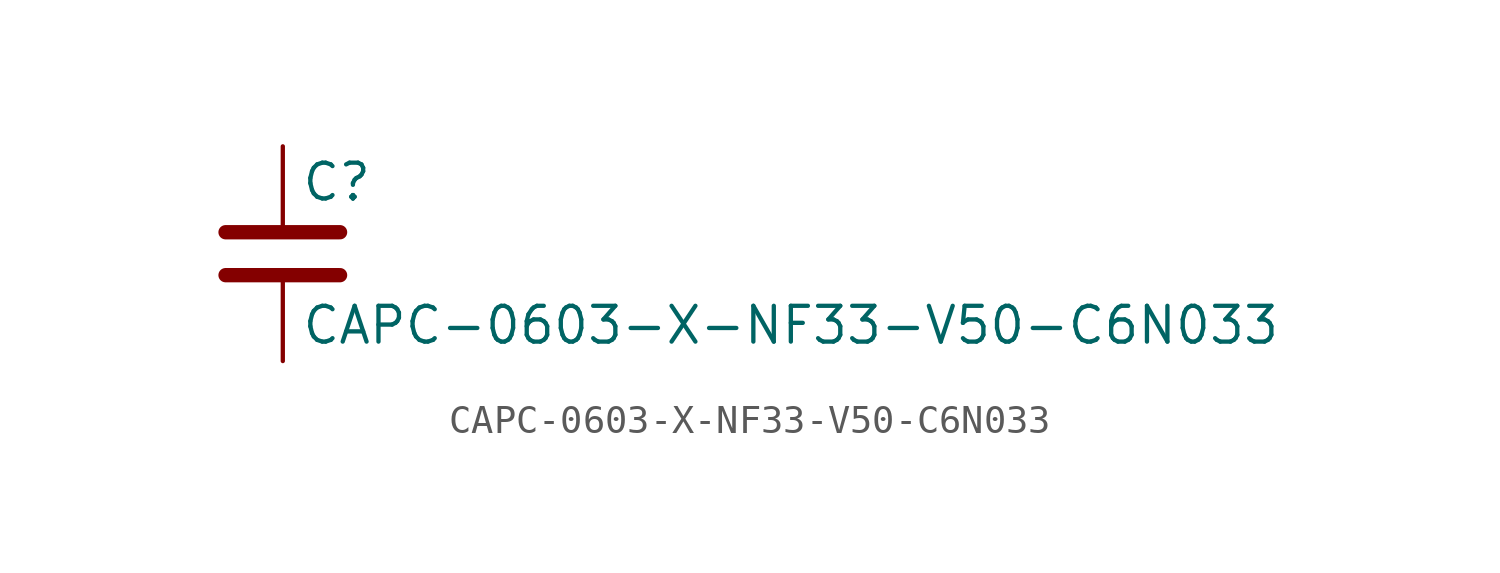
<source format=kicad_sym>
(kicad_symbol_lib
  (version 20211014)
  (generator kicad_symbol_editor)
  (symbol "CAPC-0603-X-NF33-V50-C6N033"
    (pin_numbers hide)
    (pin_names
      (offset 0.254))
    (property "Reference" "C"
      (at 0.635 2.54 0)
      (effects (font (size 1.27 1.27)) (justify left)))
    (property "Value" "CAPC-0603-X-NF33-V50-C6N033"
      (at 0.635 -2.54 0)
      (effects (font (size 1.27 1.27)) (justify left)))
    (symbol "CAPC-0603-X-NF33-V50-C6N033_0_1"
      (polyline (pts (xy -2.032 -0.762) (xy 2.032 -0.762)) (stroke (width 0.508) (type default) (color 0 0 0 0)) (fill (type none)))
      (polyline (pts (xy -2.032 0.762) (xy 2.032 0.762)) (stroke (width 0.508) (type default) (color 0 0 0 0)) (fill (type none))))
    (symbol "CAPC-0603-X-NF33-V50-C6N033_1_1"
      (pin passive line (at 0 3.81 270) (length 2.794) (name "~" (effects (font (size 1.27 1.27)))) (number "1" (effects (font (size 1.27 1.27)))))
      (pin passive line (at 0 -3.81 90) (length 2.794) (name "~" (effects (font (size 1.27 1.27)))) (number "2" (effects (font (size 1.27 1.27))))))))
</source>
